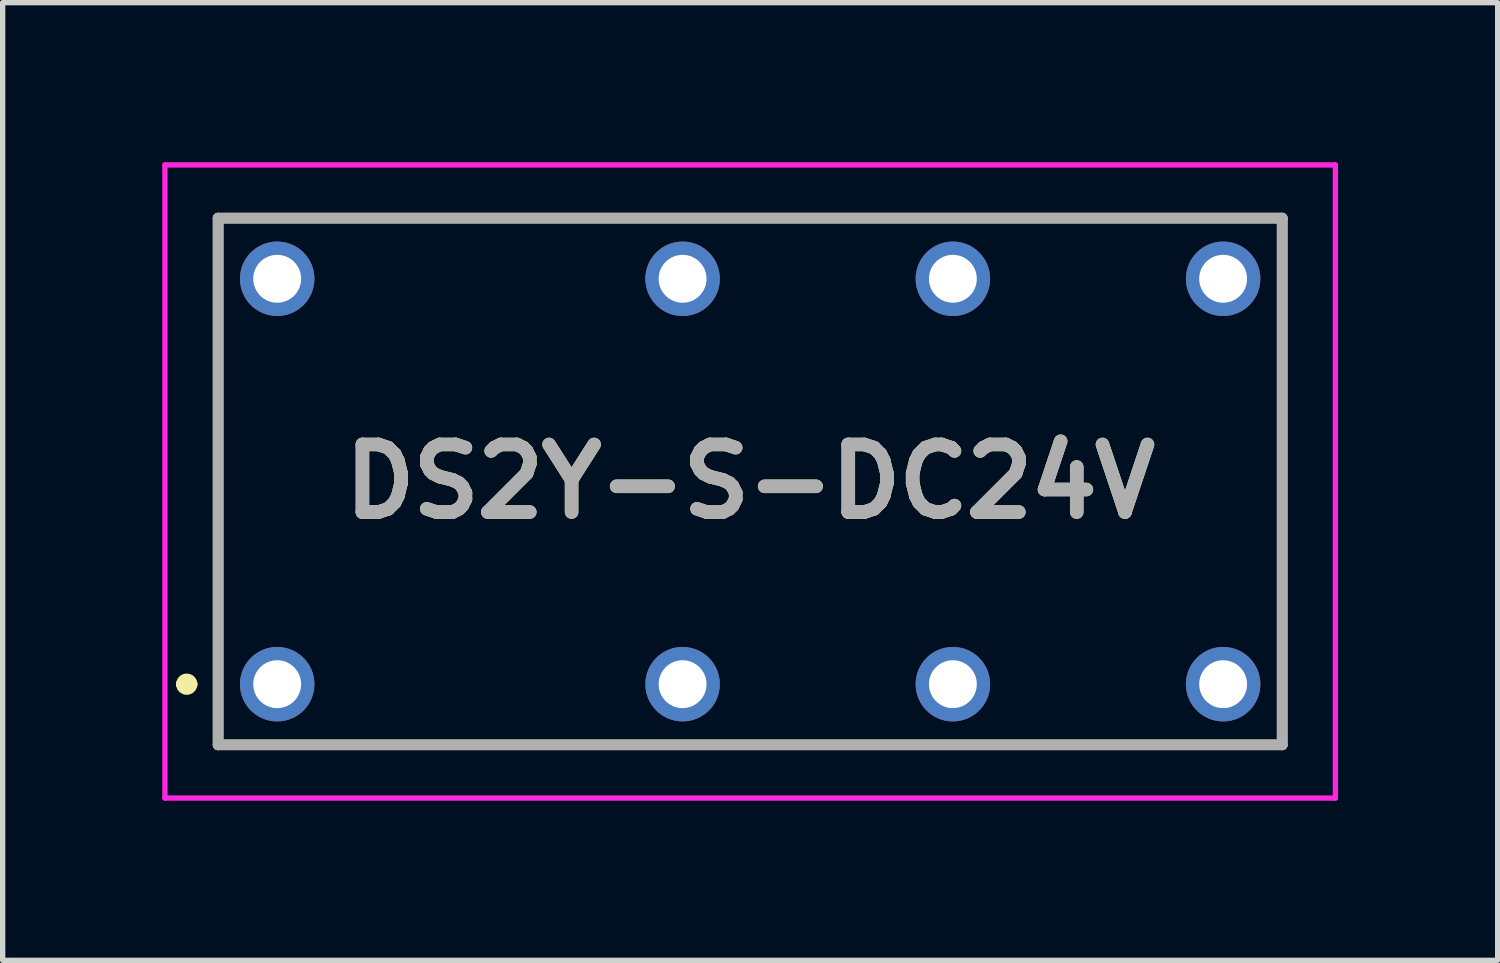
<source format=kicad_pcb>
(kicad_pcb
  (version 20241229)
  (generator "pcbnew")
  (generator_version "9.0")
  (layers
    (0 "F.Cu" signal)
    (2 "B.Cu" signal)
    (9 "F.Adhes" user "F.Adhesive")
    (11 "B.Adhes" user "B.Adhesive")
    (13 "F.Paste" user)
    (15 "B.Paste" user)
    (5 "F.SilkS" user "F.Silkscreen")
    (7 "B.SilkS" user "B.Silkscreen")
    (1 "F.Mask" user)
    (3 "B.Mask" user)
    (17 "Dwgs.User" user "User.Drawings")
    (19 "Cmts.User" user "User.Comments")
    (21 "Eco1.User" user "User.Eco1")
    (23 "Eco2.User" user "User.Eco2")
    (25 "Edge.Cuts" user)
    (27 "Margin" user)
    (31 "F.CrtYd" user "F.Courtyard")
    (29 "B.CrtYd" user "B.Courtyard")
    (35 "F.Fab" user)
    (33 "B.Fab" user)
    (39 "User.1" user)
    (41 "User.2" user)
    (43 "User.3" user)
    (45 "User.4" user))
  (footprint "DS2Y-S-DC24V"
    (layer "F.Cu")
    (at 2.16 9.81)
    (property "Reference" "DS2Y-S-DC24V" (at 8.89 -3.81 0) (layer "F.SilkS") (effects (font (size 1.27 1.27) (thickness 0.254))))
    (attr through_hole)
    (fp_line (start -1.8 0) (end -1.8 0) (stroke (width 0.2) (type solid)) (layer "F.SilkS"))
    (fp_line (start -1.6 0) (end -1.6 0) (stroke (width 0.2) (type solid)) (layer "F.SilkS"))
    (fp_line (start -1.11 -8.76) (end -1.11 1.14) (stroke (width 0.2) (type solid)) (layer "F.SilkS"))
    (fp_line (start -1.11 1.14) (end 18.89 1.14) (stroke (width 0.2) (type solid)) (layer "F.SilkS"))
    (fp_line (start 18.89 -8.76) (end -1.11 -8.76) (stroke (width 0.2) (type solid)) (layer "F.SilkS"))
    (fp_line (start 18.89 1.14) (end 18.89 -8.76) (stroke (width 0.2) (type solid)) (layer "F.SilkS"))
    (fp_arc (start -1.8 0) (mid -1.7 -0.1) (end -1.6 0) (stroke (width 0.2) (type solid)) (layer "F.SilkS"))
    (fp_arc (start -1.6 0) (mid -1.7 0.1) (end -1.8 0) (stroke (width 0.2) (type solid)) (layer "F.SilkS"))
    (fp_line (start -2.11 -9.76) (end -2.11 2.14) (stroke (width 0.1) (type solid)) (layer "F.CrtYd"))
    (fp_line (start -2.11 2.14) (end 19.89 2.14) (stroke (width 0.1) (type solid)) (layer "F.CrtYd"))
    (fp_line (start 19.89 -9.76) (end -2.11 -9.76) (stroke (width 0.1) (type solid)) (layer "F.CrtYd"))
    (fp_line (start 19.89 2.14) (end 19.89 -9.76) (stroke (width 0.1) (type solid)) (layer "F.CrtYd"))
    (fp_line (start -1.11 -8.76) (end -1.11 1.14) (stroke (width 0.2) (type solid)) (layer "F.Fab"))
    (fp_line (start -1.11 1.14) (end 18.89 1.14) (stroke (width 0.2) (type solid)) (layer "F.Fab"))
    (fp_line (start 18.89 -8.76) (end -1.11 -8.76) (stroke (width 0.2) (type solid)) (layer "F.Fab"))
    (fp_line (start 18.89 1.14) (end 18.89 -8.76) (stroke (width 0.2) (type solid)) (layer "F.Fab"))
    (fp_text user "${REFERENCE}" (at 8.89 -3.81 0) (layer "F.Fab") (effects (font (size 1.27 1.27) (thickness 0.254))))
    (pad "1" thru_hole circle (at 0 0) (size 1.4 1.4) (drill 0.9) (layers "*.Cu" "*.Mask"))
    (pad "4" thru_hole circle (at 7.62 0) (size 1.4 1.4) (drill 0.9) (layers "*.Cu" "*.Mask"))
    (pad "6" thru_hole circle (at 12.7 0) (size 1.4 1.4) (drill 0.9) (layers "*.Cu" "*.Mask"))
    (pad "8" thru_hole circle (at 17.78 0) (size 1.4 1.4) (drill 0.9) (layers "*.Cu" "*.Mask"))
    (pad "9" thru_hole circle (at 17.78 -7.62) (size 1.4 1.4) (drill 0.9) (layers "*.Cu" "*.Mask"))
    (pad "11" thru_hole circle (at 12.7 -7.62) (size 1.4 1.4) (drill 0.9) (layers "*.Cu" "*.Mask"))
    (pad "13" thru_hole circle (at 7.62 -7.62) (size 1.4 1.4) (drill 0.9) (layers "*.Cu" "*.Mask"))
    (pad "16" thru_hole circle (at 0 -7.62) (size 1.4 1.4) (drill 0.9) (layers "*.Cu" "*.Mask")))
  (gr_rect
    (start -3 -3)
    (end 25.1 15)
    (stroke (width 0.1) (type default))
    (fill no)
    (layer "Edge.Cuts")))
</source>
